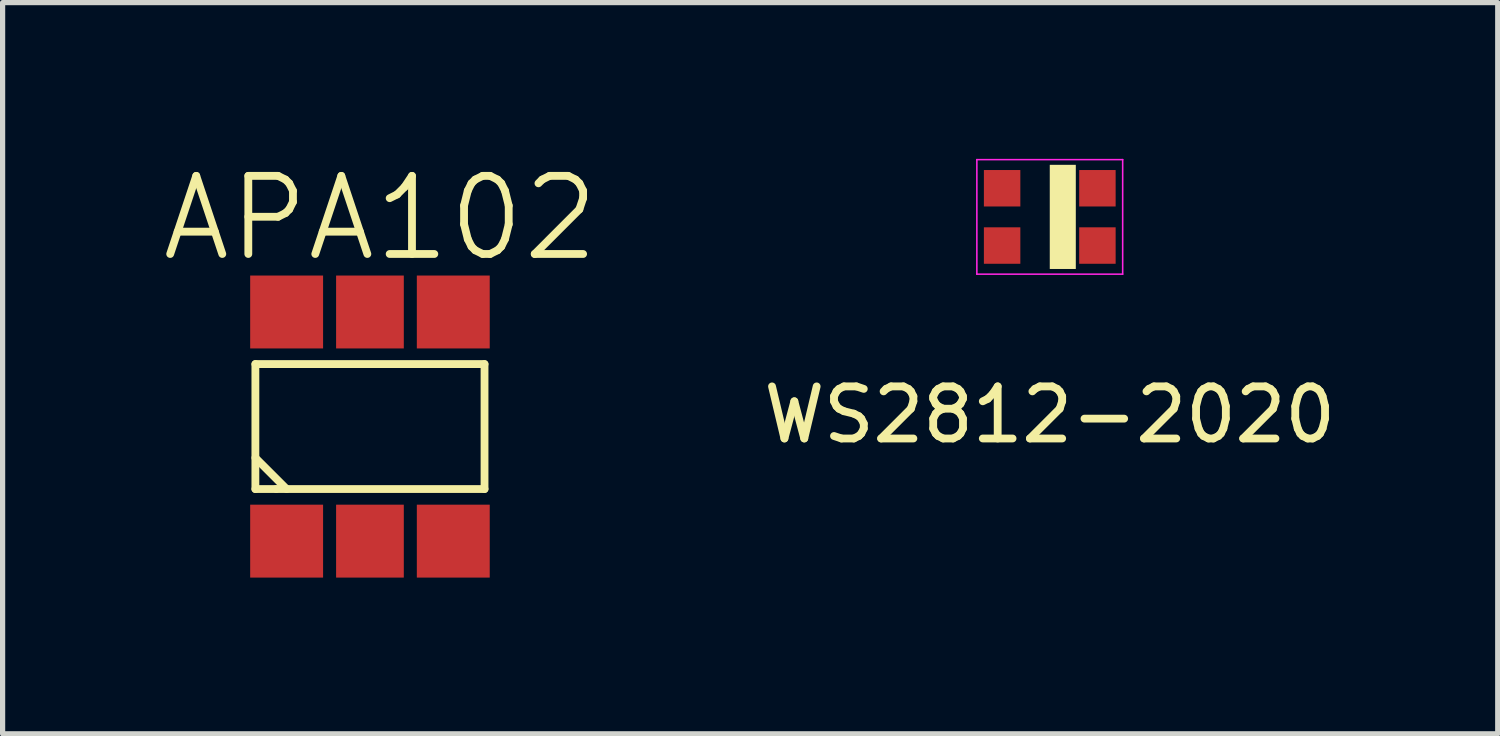
<source format=kicad_pcb>
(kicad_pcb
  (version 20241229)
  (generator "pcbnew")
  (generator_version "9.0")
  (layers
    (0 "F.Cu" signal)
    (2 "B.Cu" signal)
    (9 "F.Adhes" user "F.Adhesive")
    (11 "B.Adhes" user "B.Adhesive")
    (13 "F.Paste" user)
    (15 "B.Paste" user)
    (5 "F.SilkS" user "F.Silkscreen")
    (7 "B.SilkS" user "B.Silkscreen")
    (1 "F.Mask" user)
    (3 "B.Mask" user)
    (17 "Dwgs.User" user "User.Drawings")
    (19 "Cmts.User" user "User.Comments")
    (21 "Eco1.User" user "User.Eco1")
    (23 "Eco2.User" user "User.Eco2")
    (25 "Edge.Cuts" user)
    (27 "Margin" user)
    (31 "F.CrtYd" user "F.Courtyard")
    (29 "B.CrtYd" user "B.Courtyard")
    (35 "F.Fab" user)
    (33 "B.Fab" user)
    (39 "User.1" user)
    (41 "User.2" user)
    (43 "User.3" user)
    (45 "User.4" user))
  (footprint "WS2812-2020"
    (layer "F.Cu")
    (at 17.108 1.115)
    (property "Reference" "WS2812-2020" (at 0 3.8 0) (layer "F.SilkS") (effects (font (size 1 1) (thickness 0.15))))
    (attr through_hole)
    (fp_poly (pts (xy 0 -1) (xy 0.5 -1) (xy 0.5 1) (xy 0 1)) (stroke (width 0) (type solid)) (fill yes) (layer "F.SilkS"))
    (fp_line (start -1.4 -1.1) (end 1.4 -1.1) (stroke (width 0.03) (type solid)) (layer "F.CrtYd"))
    (fp_line (start -1.4 1.1) (end -1.4 -1.1) (stroke (width 0.03) (type solid)) (layer "F.CrtYd"))
    (fp_line (start 1.4 -1.1) (end 1.4 1.1) (stroke (width 0.03) (type solid)) (layer "F.CrtYd"))
    (fp_line (start 1.4 1.1) (end -1.4 1.1) (stroke (width 0.03) (type solid)) (layer "F.CrtYd"))
    (pad "1" smd rect (at 0.915 0.55) (size 0.7 0.7) (layers "F.Cu" "F.Mask" "F.Paste"))
    (pad "2" smd rect (at 0.915 -0.55) (size 0.7 0.7) (layers "F.Cu" "F.Mask" "F.Paste"))
    (pad "3" smd rect (at -0.915 0.55) (size 0.7 0.7) (layers "F.Cu" "F.Mask" "F.Paste"))
    (pad "4" smd rect (at -0.915 -0.55) (size 0.7 0.7) (layers "F.Cu" "F.Mask" "F.Paste")))
  (footprint "APA102"
    (layer "F.Cu")
    (at 4.054 5.141)
    (property "Reference" "APA102" (at 0.2 -4 0) (layer "F.SilkS") (effects (font (size 1.5 1.5) (thickness 0.15))))
    (attr through_hole)
    (fp_line (start -2.2 -1.2) (end -2.2 1.2) (stroke (width 0.15) (type solid)) (layer "F.SilkS"))
    (fp_line (start -2.2 -1.2) (end 2.2 -1.2) (stroke (width 0.15) (type solid)) (layer "F.SilkS"))
    (fp_line (start -2.2 0.6) (end -1.6 1.2) (stroke (width 0.15) (type solid)) (layer "F.SilkS"))
    (fp_line (start -1.8 1.2) (end -2.2 1.2) (stroke (width 0.15) (type solid)) (layer "F.SilkS"))
    (fp_line (start 2.2 -1.2) (end 2.2 1.2) (stroke (width 0.15) (type solid)) (layer "F.SilkS"))
    (fp_line (start 2.2 1.2) (end -1.8 1.2) (stroke (width 0.15) (type solid)) (layer "F.SilkS"))
    (pad "1" smd rect (at -1.6 2.2 90) (size 1.4 1.4) (layers "F.Cu" "F.Mask" "F.Paste"))
    (pad "2" smd rect (at 0 2.2 90) (size 1.4 1.3) (layers "F.Cu" "F.Mask" "F.Paste"))
    (pad "3" smd rect (at 1.6 2.2 90) (size 1.4 1.4) (layers "F.Cu" "F.Mask" "F.Paste"))
    (pad "4" smd rect (at 1.6 -2.2 90) (size 1.4 1.4) (layers "F.Cu" "F.Mask" "F.Paste"))
    (pad "5" smd rect (at 0 -2.2 90) (size 1.4 1.3) (layers "F.Cu" "F.Mask" "F.Paste"))
    (pad "6" smd rect (at -1.6 -2.2 90) (size 1.4 1.4) (layers "F.Cu" "F.Mask" "F.Paste")))
  (gr_rect
    (start -3 -3)
    (end 25.71 11.041)
    (stroke (width 0.1) (type default))
    (fill no)
    (layer "Edge.Cuts")))
</source>
